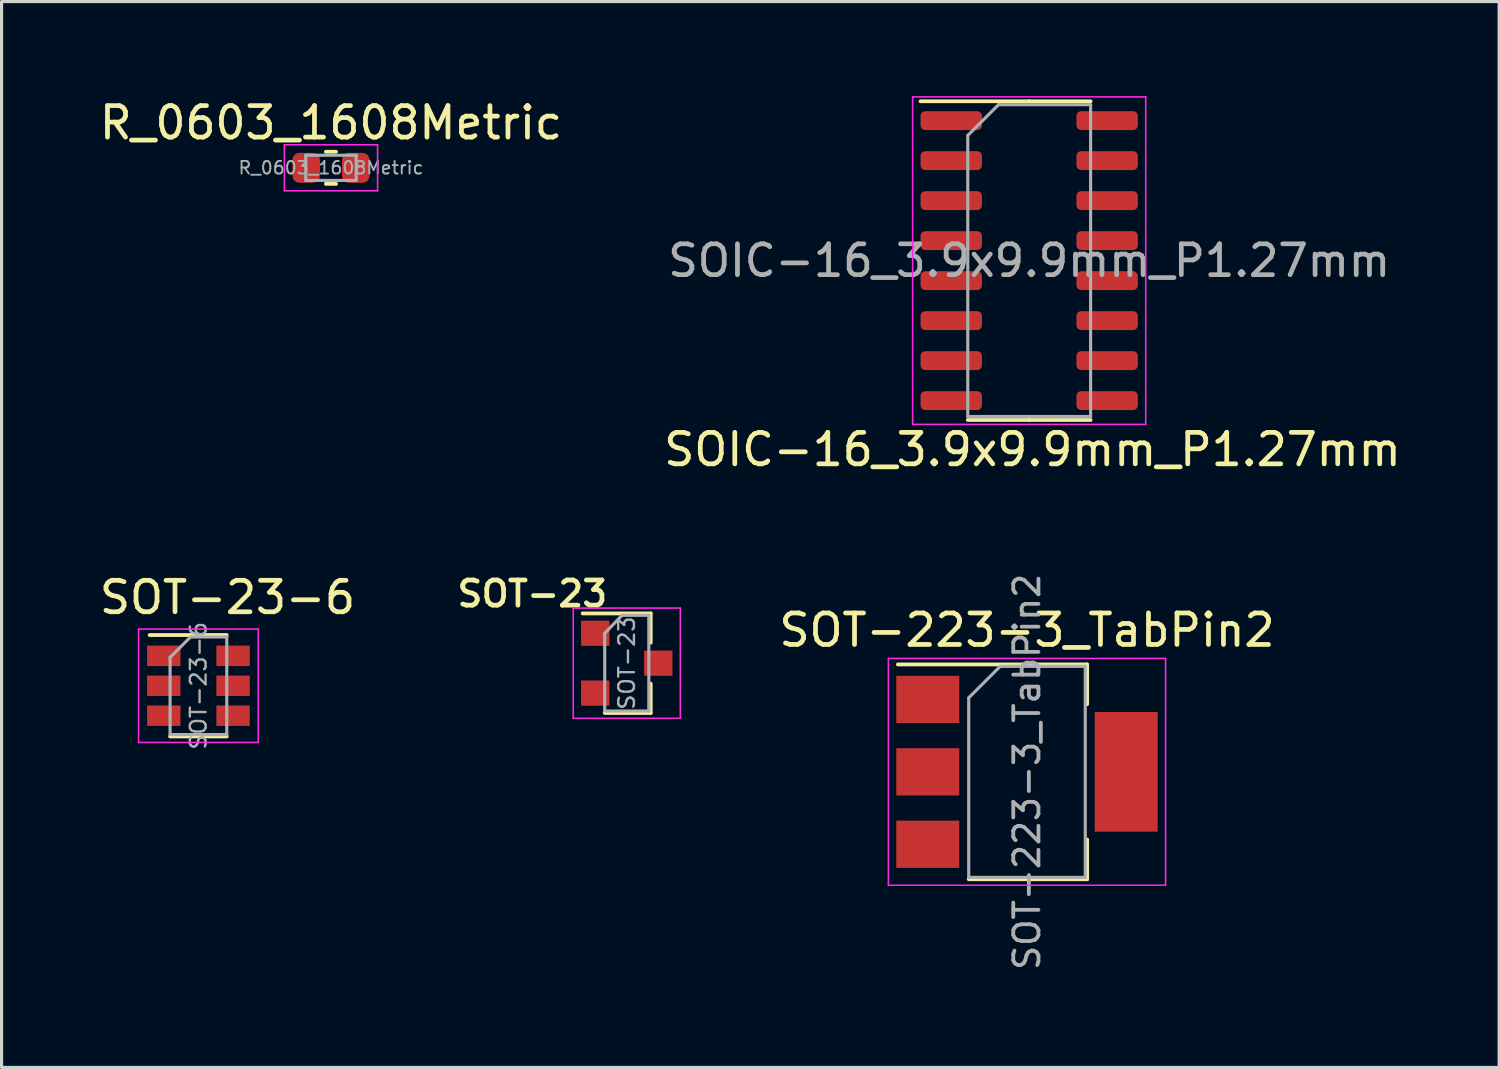
<source format=kicad_pcb>
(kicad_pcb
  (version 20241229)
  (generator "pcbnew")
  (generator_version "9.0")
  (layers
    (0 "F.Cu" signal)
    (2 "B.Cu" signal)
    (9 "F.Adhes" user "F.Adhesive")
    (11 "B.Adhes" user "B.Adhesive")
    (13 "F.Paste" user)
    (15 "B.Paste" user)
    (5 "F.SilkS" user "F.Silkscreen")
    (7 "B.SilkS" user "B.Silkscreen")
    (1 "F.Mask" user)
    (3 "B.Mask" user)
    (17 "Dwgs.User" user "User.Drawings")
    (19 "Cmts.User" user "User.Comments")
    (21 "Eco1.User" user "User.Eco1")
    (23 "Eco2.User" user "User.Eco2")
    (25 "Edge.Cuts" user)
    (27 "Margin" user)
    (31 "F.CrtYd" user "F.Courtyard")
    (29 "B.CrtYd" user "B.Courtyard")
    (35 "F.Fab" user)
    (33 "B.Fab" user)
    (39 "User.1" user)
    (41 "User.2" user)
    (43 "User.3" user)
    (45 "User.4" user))
  (footprint "SOT-23"
    (layer "F.Cu")
    (at 16.85 18.006)
    (property "Reference" "SOT-23" (at -2.998 -2.204 180) (layer "F.SilkS") (effects (font (size 0.8 0.8) (thickness 0.15))))
    (attr smd)
    (fp_line (start 0.76 -1.58) (end -1.4 -1.58) (stroke (width 0.12) (type solid)) (layer "F.SilkS"))
    (fp_line (start 0.76 -1.58) (end 0.76 -0.65) (stroke (width 0.12) (type solid)) (layer "F.SilkS"))
    (fp_line (start 0.76 1.58) (end -0.7 1.58) (stroke (width 0.12) (type solid)) (layer "F.SilkS"))
    (fp_line (start 0.76 1.58) (end 0.76 0.65) (stroke (width 0.12) (type solid)) (layer "F.SilkS"))
    (fp_line (start -1.7 -1.75) (end 1.7 -1.75) (stroke (width 0.05) (type solid)) (layer "F.CrtYd"))
    (fp_line (start -1.7 1.75) (end -1.7 -1.75) (stroke (width 0.05) (type solid)) (layer "F.CrtYd"))
    (fp_line (start 1.7 -1.75) (end 1.7 1.75) (stroke (width 0.05) (type solid)) (layer "F.CrtYd"))
    (fp_line (start 1.7 1.75) (end -1.7 1.75) (stroke (width 0.05) (type solid)) (layer "F.CrtYd"))
    (fp_line (start -0.7 -0.95) (end -0.7 1.5) (stroke (width 0.1) (type solid)) (layer "F.Fab"))
    (fp_line (start -0.7 -0.95) (end -0.15 -1.52) (stroke (width 0.1) (type solid)) (layer "F.Fab"))
    (fp_line (start -0.7 1.52) (end 0.7 1.52) (stroke (width 0.1) (type solid)) (layer "F.Fab"))
    (fp_line (start -0.15 -1.52) (end 0.7 -1.52) (stroke (width 0.1) (type solid)) (layer "F.Fab"))
    (fp_line (start 0.7 -1.52) (end 0.7 1.52) (stroke (width 0.1) (type solid)) (layer "F.Fab"))
    (fp_text user "${REFERENCE}" (at 0 0 90) (layer "F.Fab") (effects (font (size 0.5 0.5) (thickness 0.075))))
    (pad "1" smd rect (at -1 -0.95) (size 0.9 0.8) (layers "F.Cu" "F.Mask" "F.Paste"))
    (pad "2" smd rect (at -1 0.95) (size 0.9 0.8) (layers "F.Cu" "F.Mask" "F.Paste"))
    (pad "3" smd rect (at 1 0) (size 0.9 0.8) (layers "F.Cu" "F.Mask" "F.Paste")))
  (footprint "R_0603_1608Metric"
    (layer "F.Cu")
    (at 7.458 2.278)
    (property "Reference" "R_0603_1608Metric" (at 0 -1.43 0) (layer "F.SilkS") (effects (font (size 1 1) (thickness 0.15))))
    (attr smd)
    (fp_line (start -0.163 -0.51) (end 0.163 -0.51) (stroke (width 0.12) (type solid)) (layer "F.SilkS"))
    (fp_line (start -0.163 0.51) (end 0.163 0.51) (stroke (width 0.12) (type solid)) (layer "F.SilkS"))
    (fp_line (start -1.48 -0.73) (end 1.48 -0.73) (stroke (width 0.05) (type solid)) (layer "F.CrtYd"))
    (fp_line (start -1.48 0.73) (end -1.48 -0.73) (stroke (width 0.05) (type solid)) (layer "F.CrtYd"))
    (fp_line (start 1.48 -0.73) (end 1.48 0.73) (stroke (width 0.05) (type solid)) (layer "F.CrtYd"))
    (fp_line (start 1.48 0.73) (end -1.48 0.73) (stroke (width 0.05) (type solid)) (layer "F.CrtYd"))
    (fp_line (start -0.8 -0.4) (end 0.8 -0.4) (stroke (width 0.1) (type solid)) (layer "F.Fab"))
    (fp_line (start -0.8 0.4) (end -0.8 -0.4) (stroke (width 0.1) (type solid)) (layer "F.Fab"))
    (fp_line (start 0.8 -0.4) (end 0.8 0.4) (stroke (width 0.1) (type solid)) (layer "F.Fab"))
    (fp_line (start 0.8 0.4) (end -0.8 0.4) (stroke (width 0.1) (type solid)) (layer "F.Fab"))
    (fp_text user "${REFERENCE}" (at 0 0 0) (layer "F.Fab") (effects (font (size 0.4 0.4) (thickness 0.06))))
    (pad "1" smd roundrect (at -0.787 0) (size 0.875 0.95) (layers "F.Cu" "F.Mask" "F.Paste") (roundrect_rratio 0.25))
    (pad "2" smd roundrect (at 0.787 0) (size 0.875 0.95) (layers "F.Cu" "F.Mask" "F.Paste") (roundrect_rratio 0.25)))
  (footprint "SOIC-16_3.9x9.9mm_P1.27mm"
    (layer "F.Cu")
    (at 29.627 5.225)
    (property "Reference" "SOIC-16_3.9x9.9mm_P1.27mm" (at 0.105 5.997 180) (layer "F.SilkS") (effects (font (size 1 1) (thickness 0.15))))
    (attr smd)
    (fp_line (start 0 -5.06) (end -3.45 -5.06) (stroke (width 0.12) (type solid)) (layer "F.SilkS"))
    (fp_line (start 0 -5.06) (end 1.95 -5.06) (stroke (width 0.12) (type solid)) (layer "F.SilkS"))
    (fp_line (start 0 5.06) (end -1.95 5.06) (stroke (width 0.12) (type solid)) (layer "F.SilkS"))
    (fp_line (start 0 5.06) (end 1.95 5.06) (stroke (width 0.12) (type solid)) (layer "F.SilkS"))
    (fp_line (start -3.7 -5.2) (end -3.7 5.2) (stroke (width 0.05) (type solid)) (layer "F.CrtYd"))
    (fp_line (start -3.7 5.2) (end 3.7 5.2) (stroke (width 0.05) (type solid)) (layer "F.CrtYd"))
    (fp_line (start 3.7 -5.2) (end -3.7 -5.2) (stroke (width 0.05) (type solid)) (layer "F.CrtYd"))
    (fp_line (start 3.7 5.2) (end 3.7 -5.2) (stroke (width 0.05) (type solid)) (layer "F.CrtYd"))
    (fp_line (start -1.95 -3.975) (end -0.975 -4.95) (stroke (width 0.1) (type solid)) (layer "F.Fab"))
    (fp_line (start -1.95 4.95) (end -1.95 -3.975) (stroke (width 0.1) (type solid)) (layer "F.Fab"))
    (fp_line (start -0.975 -4.95) (end 1.95 -4.95) (stroke (width 0.1) (type solid)) (layer "F.Fab"))
    (fp_line (start 1.95 -4.95) (end 1.95 4.95) (stroke (width 0.1) (type solid)) (layer "F.Fab"))
    (fp_line (start 1.95 4.95) (end -1.95 4.95) (stroke (width 0.1) (type solid)) (layer "F.Fab"))
    (fp_text user "${REFERENCE}" (at 0 0 180) (layer "F.Fab") (effects (font (size 0.98 0.98) (thickness 0.15))))
    (pad "1" smd roundrect (at -2.475 -4.445) (size 1.95 0.6) (layers "F.Cu" "F.Mask" "F.Paste") (roundrect_rratio 0.25))
    (pad "2" smd roundrect (at -2.475 -3.175) (size 1.95 0.6) (layers "F.Cu" "F.Mask" "F.Paste") (roundrect_rratio 0.25))
    (pad "3" smd roundrect (at -2.475 -1.905) (size 1.95 0.6) (layers "F.Cu" "F.Mask" "F.Paste") (roundrect_rratio 0.25))
    (pad "4" smd roundrect (at -2.475 -0.635) (size 1.95 0.6) (layers "F.Cu" "F.Mask" "F.Paste") (roundrect_rratio 0.25))
    (pad "5" smd roundrect (at -2.475 0.635) (size 1.95 0.6) (layers "F.Cu" "F.Mask" "F.Paste") (roundrect_rratio 0.25))
    (pad "6" smd roundrect (at -2.475 1.905) (size 1.95 0.6) (layers "F.Cu" "F.Mask" "F.Paste") (roundrect_rratio 0.25))
    (pad "7" smd roundrect (at -2.475 3.175) (size 1.95 0.6) (layers "F.Cu" "F.Mask" "F.Paste") (roundrect_rratio 0.25))
    (pad "8" smd roundrect (at -2.475 4.445) (size 1.95 0.6) (layers "F.Cu" "F.Mask" "F.Paste") (roundrect_rratio 0.25))
    (pad "9" smd roundrect (at 2.475 4.445) (size 1.95 0.6) (layers "F.Cu" "F.Mask" "F.Paste") (roundrect_rratio 0.25))
    (pad "10" smd roundrect (at 2.475 3.175) (size 1.95 0.6) (layers "F.Cu" "F.Mask" "F.Paste") (roundrect_rratio 0.25))
    (pad "11" smd roundrect (at 2.475 1.905) (size 1.95 0.6) (layers "F.Cu" "F.Mask" "F.Paste") (roundrect_rratio 0.25))
    (pad "12" smd roundrect (at 2.475 0.635) (size 1.95 0.6) (layers "F.Cu" "F.Mask" "F.Paste") (roundrect_rratio 0.25))
    (pad "13" smd roundrect (at 2.475 -0.635) (size 1.95 0.6) (layers "F.Cu" "F.Mask" "F.Paste") (roundrect_rratio 0.25))
    (pad "14" smd roundrect (at 2.475 -1.905) (size 1.95 0.6) (layers "F.Cu" "F.Mask" "F.Paste") (roundrect_rratio 0.25))
    (pad "15" smd roundrect (at 2.475 -3.175) (size 1.95 0.6) (layers "F.Cu" "F.Mask" "F.Paste") (roundrect_rratio 0.25))
    (pad "16" smd roundrect (at 2.475 -4.445) (size 1.95 0.6) (layers "F.Cu" "F.Mask" "F.Paste") (roundrect_rratio 0.25)))
  (footprint "SOT-23-6"
    (layer "F.Cu")
    (at 3.25 18.723)
    (property "Reference" "SOT-23-6" (at 0.923 -2.804 180) (layer "F.SilkS") (effects (font (size 1 1) (thickness 0.15))))
    (attr smd)
    (fp_line (start -0.9 1.61) (end 0.9 1.61) (stroke (width 0.12) (type solid)) (layer "F.SilkS"))
    (fp_line (start 0.9 -1.61) (end -1.55 -1.61) (stroke (width 0.12) (type solid)) (layer "F.SilkS"))
    (fp_line (start -1.9 -1.8) (end -1.9 1.8) (stroke (width 0.05) (type solid)) (layer "F.CrtYd"))
    (fp_line (start -1.9 1.8) (end 1.9 1.8) (stroke (width 0.05) (type solid)) (layer "F.CrtYd"))
    (fp_line (start 1.9 -1.8) (end -1.9 -1.8) (stroke (width 0.05) (type solid)) (layer "F.CrtYd"))
    (fp_line (start 1.9 1.8) (end 1.9 -1.8) (stroke (width 0.05) (type solid)) (layer "F.CrtYd"))
    (fp_line (start -0.9 -0.9) (end -0.9 1.55) (stroke (width 0.1) (type solid)) (layer "F.Fab"))
    (fp_line (start -0.9 -0.9) (end -0.25 -1.55) (stroke (width 0.1) (type solid)) (layer "F.Fab"))
    (fp_line (start 0.9 -1.55) (end -0.25 -1.55) (stroke (width 0.1) (type solid)) (layer "F.Fab"))
    (fp_line (start 0.9 -1.55) (end 0.9 1.55) (stroke (width 0.1) (type solid)) (layer "F.Fab"))
    (fp_line (start 0.9 1.55) (end -0.9 1.55) (stroke (width 0.1) (type solid)) (layer "F.Fab"))
    (fp_text user "${REFERENCE}" (at 0 0 90) (layer "F.Fab") (effects (font (size 0.5 0.5) (thickness 0.075))))
    (pad "1" smd rect (at -1.1 -0.95) (size 1.06 0.65) (layers "F.Cu" "F.Mask" "F.Paste"))
    (pad "2" smd rect (at -1.1 0) (size 1.06 0.65) (layers "F.Cu" "F.Mask" "F.Paste"))
    (pad "3" smd rect (at -1.1 0.95) (size 1.06 0.65) (layers "F.Cu" "F.Mask" "F.Paste"))
    (pad "4" smd rect (at 1.1 0.95) (size 1.06 0.65) (layers "F.Cu" "F.Mask" "F.Paste"))
    (pad "5" smd rect (at 1.1 0) (size 1.06 0.65) (layers "F.Cu" "F.Mask" "F.Paste"))
    (pad "6" smd rect (at 1.1 -0.95) (size 1.06 0.65) (layers "F.Cu" "F.Mask" "F.Paste")))
  (footprint "SOT-223-3_TabPin2"
    (layer "F.Cu")
    (at 29.557 21.456)
    (property "Reference" "SOT-223-3_TabPin2" (at 0 -4.5 180) (layer "F.SilkS") (effects (font (size 1 1) (thickness 0.15))))
    (attr smd)
    (fp_line (start -4.1 -3.41) (end 1.91 -3.41) (stroke (width 0.12) (type solid)) (layer "F.SilkS"))
    (fp_line (start -1.85 3.41) (end 1.91 3.41) (stroke (width 0.12) (type solid)) (layer "F.SilkS"))
    (fp_line (start 1.91 -3.41) (end 1.91 -2.15) (stroke (width 0.12) (type solid)) (layer "F.SilkS"))
    (fp_line (start 1.91 3.41) (end 1.91 2.15) (stroke (width 0.12) (type solid)) (layer "F.SilkS"))
    (fp_line (start -4.4 -3.6) (end -4.4 3.6) (stroke (width 0.05) (type solid)) (layer "F.CrtYd"))
    (fp_line (start -4.4 3.6) (end 4.4 3.6) (stroke (width 0.05) (type solid)) (layer "F.CrtYd"))
    (fp_line (start 4.4 -3.6) (end -4.4 -3.6) (stroke (width 0.05) (type solid)) (layer "F.CrtYd"))
    (fp_line (start 4.4 3.6) (end 4.4 -3.6) (stroke (width 0.05) (type solid)) (layer "F.CrtYd"))
    (fp_line (start -1.85 -2.35) (end -1.85 3.35) (stroke (width 0.1) (type solid)) (layer "F.Fab"))
    (fp_line (start -1.85 -2.35) (end -0.85 -3.35) (stroke (width 0.1) (type solid)) (layer "F.Fab"))
    (fp_line (start -1.85 3.35) (end 1.85 3.35) (stroke (width 0.1) (type solid)) (layer "F.Fab"))
    (fp_line (start -0.85 -3.35) (end 1.85 -3.35) (stroke (width 0.1) (type solid)) (layer "F.Fab"))
    (fp_line (start 1.85 -3.35) (end 1.85 3.35) (stroke (width 0.1) (type solid)) (layer "F.Fab"))
    (fp_text user "${REFERENCE}" (at 0 0 90) (layer "F.Fab") (effects (font (size 0.8 0.8) (thickness 0.12))))
    (pad "1" smd rect (at -3.15 -2.3) (size 2 1.5) (layers "F.Cu" "F.Mask" "F.Paste"))
    (pad "2" smd rect (at -3.15 0) (size 2 1.5) (layers "F.Cu" "F.Mask" "F.Paste"))
    (pad "2" smd rect (at 3.15 0) (size 2 3.8) (layers "F.Cu" "F.Mask" "F.Paste"))
    (pad "3" smd rect (at -3.15 2.3) (size 2 1.5) (layers "F.Cu" "F.Mask" "F.Paste")))
  (gr_rect
    (start -3 -3)
    (end 44.548 30.842)
    (stroke (width 0.1) (type default))
    (fill no)
    (layer "Edge.Cuts")))
</source>
